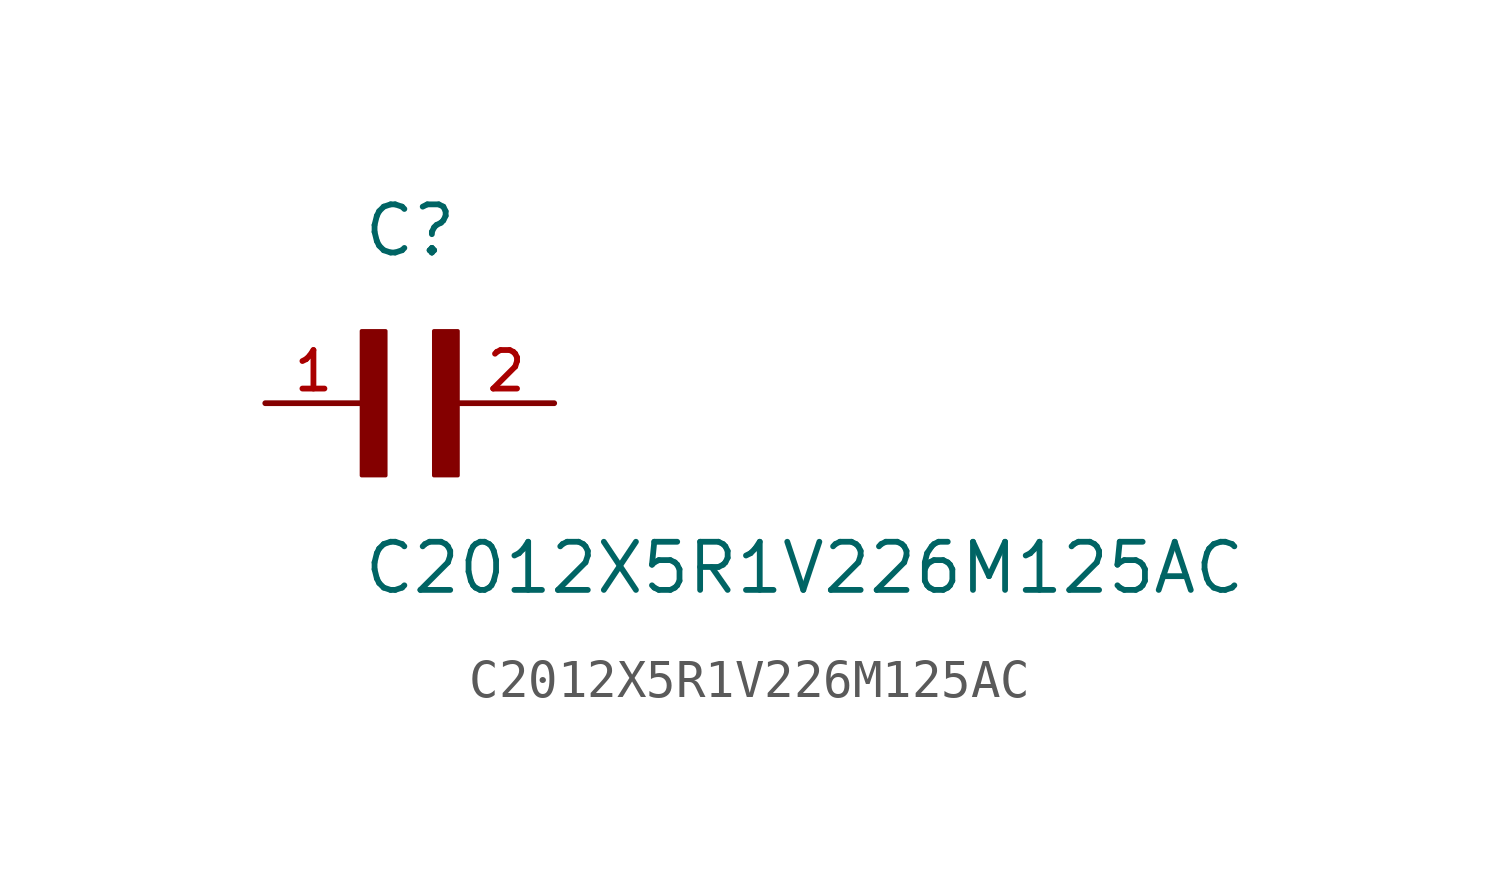
<source format=kicad_sym>
(kicad_symbol_lib
  (version 20211014)
  (generator kicad_symbol_editor)
  (symbol "C2012X5R1V226M125AC"
    (pin_names
      (offset 1.016))
    (property "Reference" "C"
      (at 0.0 3.811 0)
      (effects (font (size 1.27 1.27)) (justify bottom left)))
    (property "Value" "C2012X5R1V226M125AC"
      (at 0.0 -5.088 0)
      (effects (font (size 1.27 1.27)) (justify bottom left)))
    (symbol "C2012X5R1V226M125AC_0_0"
      (rectangle (start 0.0 -1.907) (end 0.635 1.905) (stroke (width 0.1)) (fill (type outline)))
      (rectangle (start 1.907 -1.907) (end 2.54 1.905) (stroke (width 0.1)) (fill (type outline)))
      (pin passive line (at 5.08 0.0 180.0) (length 2.54) (name "~" (effects (font (size 1.016 1.016)))) (number "2" (effects (font (size 1.016 1.016)))))
      (pin passive line (at -2.54 0.0 0) (length 2.54) (name "~" (effects (font (size 1.016 1.016)))) (number "1" (effects (font (size 1.016 1.016))))))))
</source>
